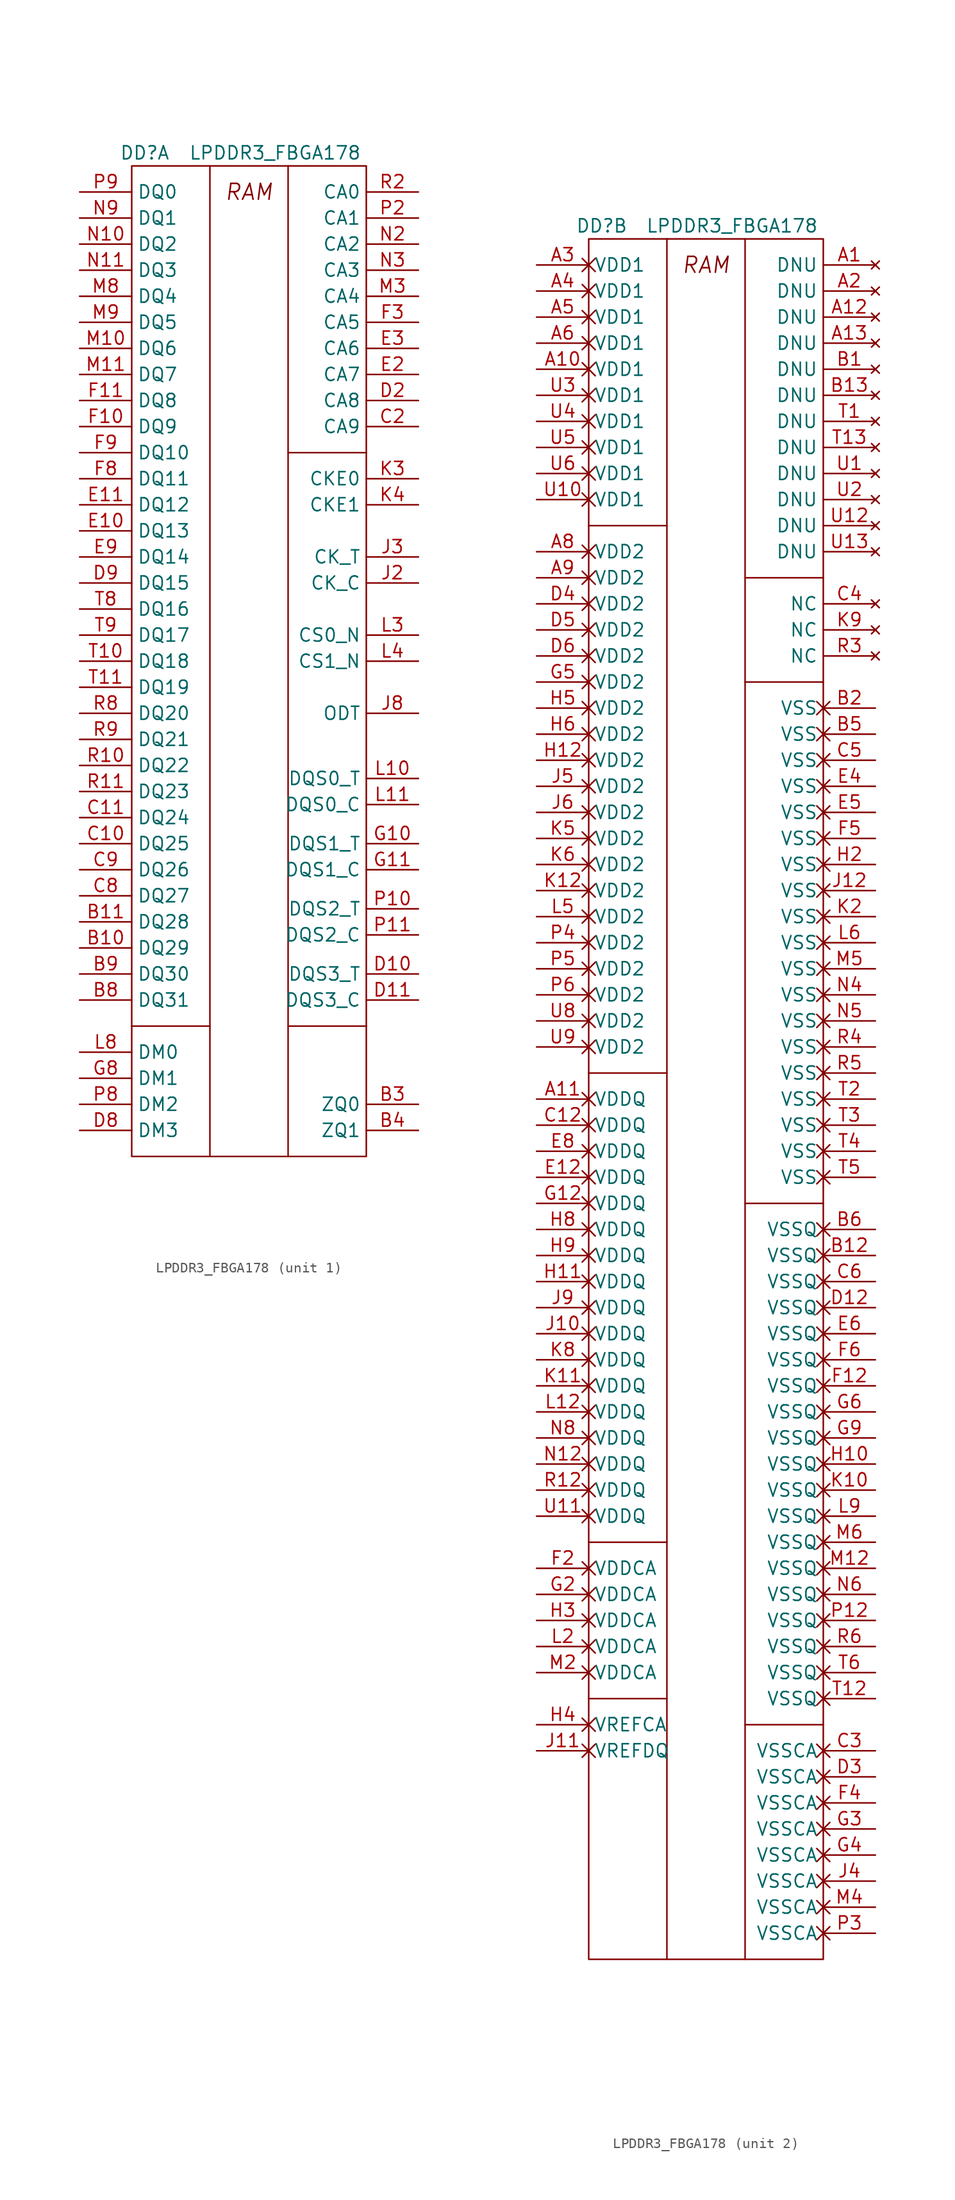
<source format=kicad_sym>
(kicad_symbol_lib
  (version 20211014)
  (generator kicad_symbol_editor)
  (symbol "LPDDR3_FBGA178"
    (property "Reference" "DD"
      (at -10.16 85.09 0)
      (effects (font (size 1.27 1.27))))
    (property "Value" "LPDDR3_FBGA178"
      (at 2.54 85.09 0)
      (effects (font (size 1.27 1.27))))
    (property "ki_locked" ""
      (at 0 0 0)
      (effects (font (size 1.27 1.27))))
    (symbol "LPDDR3_FBGA178_0_0"
      (text "RAM" (at 0 81.28 0) (effects (font (size 1.549 1.549) italic))))
    (symbol "LPDDR3_FBGA178_1_1"
      (rectangle (start -11.43 83.82) (end 11.43 -12.7) (stroke (width 0) (type default) (color 0 0 0 0)) (fill (type none)))
      (polyline (pts (xy -11.43 0) (xy -3.81 0)) (stroke (width 0) (type default) (color 0 0 0 0)) (fill (type none)))
      (polyline (pts (xy -3.81 -12.7) (xy -3.81 83.82)) (stroke (width 0) (type default) (color 0 0 0 0)) (fill (type none)))
      (polyline (pts (xy 3.81 0) (xy 11.43 0)) (stroke (width 0) (type default) (color 0 0 0 0)) (fill (type none)))
      (polyline (pts (xy 3.81 83.82) (xy 3.81 -12.7)) (stroke (width 0) (type default) (color 0 0 0 0)) (fill (type none)))
      (polyline (pts (xy 11.43 55.88) (xy 3.81 55.88)) (stroke (width 0) (type default) (color 0 0 0 0)) (fill (type none)))
      (pin passive line (at -16.51 7.62 0) (length 5.08) (name "DQ29" (effects (font (size 1.27 1.27)))) (number "B10" (effects (font (size 1.27 1.27)))))
      (pin passive line (at -16.51 10.16 0) (length 5.08) (name "DQ28" (effects (font (size 1.27 1.27)))) (number "B11" (effects (font (size 1.27 1.27)))))
      (pin passive line (at 16.51 -7.62 180) (length 5.08) (name "ZQ0" (effects (font (size 1.27 1.27)))) (number "B3" (effects (font (size 1.27 1.27)))))
      (pin passive line (at 16.51 -10.16 180) (length 5.08) (name "ZQ1" (effects (font (size 1.27 1.27)))) (number "B4" (effects (font (size 1.27 1.27)))))
      (pin passive line (at -16.51 2.54 0) (length 5.08) (name "DQ31" (effects (font (size 1.27 1.27)))) (number "B8" (effects (font (size 1.27 1.27)))))
      (pin passive line (at -16.51 5.08 0) (length 5.08) (name "DQ30" (effects (font (size 1.27 1.27)))) (number "B9" (effects (font (size 1.27 1.27)))))
      (pin passive line (at -16.51 17.78 0) (length 5.08) (name "DQ25" (effects (font (size 1.27 1.27)))) (number "C10" (effects (font (size 1.27 1.27)))))
      (pin passive line (at -16.51 20.32 0) (length 5.08) (name "DQ24" (effects (font (size 1.27 1.27)))) (number "C11" (effects (font (size 1.27 1.27)))))
      (pin passive line (at 16.51 58.42 180) (length 5.08) (name "CA9" (effects (font (size 1.27 1.27)))) (number "C2" (effects (font (size 1.27 1.27)))))
      (pin passive line (at -16.51 12.7 0) (length 5.08) (name "DQ27" (effects (font (size 1.27 1.27)))) (number "C8" (effects (font (size 1.27 1.27)))))
      (pin passive line (at -16.51 15.24 0) (length 5.08) (name "DQ26" (effects (font (size 1.27 1.27)))) (number "C9" (effects (font (size 1.27 1.27)))))
      (pin passive line (at 16.51 5.08 180) (length 5.08) (name "DQS3_T" (effects (font (size 1.27 1.27)))) (number "D10" (effects (font (size 1.27 1.27)))))
      (pin passive line (at 16.51 2.54 180) (length 5.08) (name "DQS3_C" (effects (font (size 1.27 1.27)))) (number "D11" (effects (font (size 1.27 1.27)))))
      (pin passive line (at 16.51 60.96 180) (length 5.08) (name "CA8" (effects (font (size 1.27 1.27)))) (number "D2" (effects (font (size 1.27 1.27)))))
      (pin passive line (at -16.51 -10.16 0) (length 5.08) (name "DM3" (effects (font (size 1.27 1.27)))) (number "D8" (effects (font (size 1.27 1.27)))))
      (pin passive line (at -16.51 43.18 0) (length 5.08) (name "DQ15" (effects (font (size 1.27 1.27)))) (number "D9" (effects (font (size 1.27 1.27)))))
      (pin passive line (at -16.51 48.26 0) (length 5.08) (name "DQ13" (effects (font (size 1.27 1.27)))) (number "E10" (effects (font (size 1.27 1.27)))))
      (pin passive line (at -16.51 50.8 0) (length 5.08) (name "DQ12" (effects (font (size 1.27 1.27)))) (number "E11" (effects (font (size 1.27 1.27)))))
      (pin passive line (at 16.51 63.5 180) (length 5.08) (name "CA7" (effects (font (size 1.27 1.27)))) (number "E2" (effects (font (size 1.27 1.27)))))
      (pin passive line (at 16.51 66.04 180) (length 5.08) (name "CA6" (effects (font (size 1.27 1.27)))) (number "E3" (effects (font (size 1.27 1.27)))))
      (pin passive line (at -16.51 45.72 0) (length 5.08) (name "DQ14" (effects (font (size 1.27 1.27)))) (number "E9" (effects (font (size 1.27 1.27)))))
      (pin passive line (at -16.51 58.42 0) (length 5.08) (name "DQ9" (effects (font (size 1.27 1.27)))) (number "F10" (effects (font (size 1.27 1.27)))))
      (pin passive line (at -16.51 60.96 0) (length 5.08) (name "DQ8" (effects (font (size 1.27 1.27)))) (number "F11" (effects (font (size 1.27 1.27)))))
      (pin passive line (at 16.51 68.58 180) (length 5.08) (name "CA5" (effects (font (size 1.27 1.27)))) (number "F3" (effects (font (size 1.27 1.27)))))
      (pin passive line (at -16.51 53.34 0) (length 5.08) (name "DQ11" (effects (font (size 1.27 1.27)))) (number "F8" (effects (font (size 1.27 1.27)))))
      (pin passive line (at -16.51 55.88 0) (length 5.08) (name "DQ10" (effects (font (size 1.27 1.27)))) (number "F9" (effects (font (size 1.27 1.27)))))
      (pin passive line (at 16.51 17.78 180) (length 5.08) (name "DQS1_T" (effects (font (size 1.27 1.27)))) (number "G10" (effects (font (size 1.27 1.27)))))
      (pin passive line (at 16.51 15.24 180) (length 5.08) (name "DQS1_C" (effects (font (size 1.27 1.27)))) (number "G11" (effects (font (size 1.27 1.27)))))
      (pin passive line (at -16.51 -5.08 0) (length 5.08) (name "DM1" (effects (font (size 1.27 1.27)))) (number "G8" (effects (font (size 1.27 1.27)))))
      (pin passive line (at 16.51 43.18 180) (length 5.08) (name "CK_C" (effects (font (size 1.27 1.27)))) (number "J2" (effects (font (size 1.27 1.27)))))
      (pin passive line (at 16.51 45.72 180) (length 5.08) (name "CK_T" (effects (font (size 1.27 1.27)))) (number "J3" (effects (font (size 1.27 1.27)))))
      (pin passive line (at 16.51 30.48 180) (length 5.08) (name "ODT" (effects (font (size 1.27 1.27)))) (number "J8" (effects (font (size 1.27 1.27)))))
      (pin passive line (at 16.51 53.34 180) (length 5.08) (name "CKE0" (effects (font (size 1.27 1.27)))) (number "K3" (effects (font (size 1.27 1.27)))))
      (pin passive line (at 16.51 50.8 180) (length 5.08) (name "CKE1" (effects (font (size 1.27 1.27)))) (number "K4" (effects (font (size 1.27 1.27)))))
      (pin passive line (at 16.51 24.13 180) (length 5.08) (name "DQS0_T" (effects (font (size 1.27 1.27)))) (number "L10" (effects (font (size 1.27 1.27)))))
      (pin passive line (at 16.51 21.59 180) (length 5.08) (name "DQS0_C" (effects (font (size 1.27 1.27)))) (number "L11" (effects (font (size 1.27 1.27)))))
      (pin passive line (at 16.51 38.1 180) (length 5.08) (name "CS0_N" (effects (font (size 1.27 1.27)))) (number "L3" (effects (font (size 1.27 1.27)))))
      (pin passive line (at 16.51 35.56 180) (length 5.08) (name "CS1_N" (effects (font (size 1.27 1.27)))) (number "L4" (effects (font (size 1.27 1.27)))))
      (pin passive line (at -16.51 -2.54 0) (length 5.08) (name "DM0" (effects (font (size 1.27 1.27)))) (number "L8" (effects (font (size 1.27 1.27)))))
      (pin passive line (at -16.51 66.04 0) (length 5.08) (name "DQ6" (effects (font (size 1.27 1.27)))) (number "M10" (effects (font (size 1.27 1.27)))))
      (pin passive line (at -16.51 63.5 0) (length 5.08) (name "DQ7" (effects (font (size 1.27 1.27)))) (number "M11" (effects (font (size 1.27 1.27)))))
      (pin passive line (at 16.51 71.12 180) (length 5.08) (name "CA4" (effects (font (size 1.27 1.27)))) (number "M3" (effects (font (size 1.27 1.27)))))
      (pin passive line (at -16.51 71.12 0) (length 5.08) (name "DQ4" (effects (font (size 1.27 1.27)))) (number "M8" (effects (font (size 1.27 1.27)))))
      (pin passive line (at -16.51 68.58 0) (length 5.08) (name "DQ5" (effects (font (size 1.27 1.27)))) (number "M9" (effects (font (size 1.27 1.27)))))
      (pin passive line (at -16.51 76.2 0) (length 5.08) (name "DQ2" (effects (font (size 1.27 1.27)))) (number "N10" (effects (font (size 1.27 1.27)))))
      (pin passive line (at -16.51 73.66 0) (length 5.08) (name "DQ3" (effects (font (size 1.27 1.27)))) (number "N11" (effects (font (size 1.27 1.27)))))
      (pin passive line (at 16.51 76.2 180) (length 5.08) (name "CA2" (effects (font (size 1.27 1.27)))) (number "N2" (effects (font (size 1.27 1.27)))))
      (pin passive line (at 16.51 73.66 180) (length 5.08) (name "CA3" (effects (font (size 1.27 1.27)))) (number "N3" (effects (font (size 1.27 1.27)))))
      (pin passive line (at -16.51 78.74 0) (length 5.08) (name "DQ1" (effects (font (size 1.27 1.27)))) (number "N9" (effects (font (size 1.27 1.27)))))
      (pin passive line (at 16.51 11.43 180) (length 5.08) (name "DQS2_T" (effects (font (size 1.27 1.27)))) (number "P10" (effects (font (size 1.27 1.27)))))
      (pin passive line (at 16.51 8.89 180) (length 5.08) (name "DQS2_C" (effects (font (size 1.27 1.27)))) (number "P11" (effects (font (size 1.27 1.27)))))
      (pin passive line (at 16.51 78.74 180) (length 5.08) (name "CA1" (effects (font (size 1.27 1.27)))) (number "P2" (effects (font (size 1.27 1.27)))))
      (pin passive line (at -16.51 -7.62 0) (length 5.08) (name "DM2" (effects (font (size 1.27 1.27)))) (number "P8" (effects (font (size 1.27 1.27)))))
      (pin passive line (at -16.51 81.28 0) (length 5.08) (name "DQ0" (effects (font (size 1.27 1.27)))) (number "P9" (effects (font (size 1.27 1.27)))))
      (pin passive line (at -16.51 25.4 0) (length 5.08) (name "DQ22" (effects (font (size 1.27 1.27)))) (number "R10" (effects (font (size 1.27 1.27)))))
      (pin passive line (at -16.51 22.86 0) (length 5.08) (name "DQ23" (effects (font (size 1.27 1.27)))) (number "R11" (effects (font (size 1.27 1.27)))))
      (pin passive line (at 16.51 81.28 180) (length 5.08) (name "CA0" (effects (font (size 1.27 1.27)))) (number "R2" (effects (font (size 1.27 1.27)))))
      (pin passive line (at -16.51 30.48 0) (length 5.08) (name "DQ20" (effects (font (size 1.27 1.27)))) (number "R8" (effects (font (size 1.27 1.27)))))
      (pin passive line (at -16.51 27.94 0) (length 5.08) (name "DQ21" (effects (font (size 1.27 1.27)))) (number "R9" (effects (font (size 1.27 1.27)))))
      (pin passive line (at -16.51 35.56 0) (length 5.08) (name "DQ18" (effects (font (size 1.27 1.27)))) (number "T10" (effects (font (size 1.27 1.27)))))
      (pin passive line (at -16.51 33.02 0) (length 5.08) (name "DQ19" (effects (font (size 1.27 1.27)))) (number "T11" (effects (font (size 1.27 1.27)))))
      (pin passive line (at -16.51 40.64 0) (length 5.08) (name "DQ16" (effects (font (size 1.27 1.27)))) (number "T8" (effects (font (size 1.27 1.27)))))
      (pin passive line (at -16.51 38.1 0) (length 5.08) (name "DQ17" (effects (font (size 1.27 1.27)))) (number "T9" (effects (font (size 1.27 1.27))))))
    (symbol "LPDDR3_FBGA178_2_1"
      (rectangle (start -11.43 83.82) (end 11.43 -83.82) (stroke (width 0) (type default) (color 0 0 0 0)) (fill (type none)))
      (polyline (pts (xy -11.43 -58.42) (xy -3.81 -58.42)) (stroke (width 0) (type default) (color 0 0 0 0)) (fill (type none)))
      (polyline (pts (xy -11.43 -43.18) (xy -3.81 -43.18)) (stroke (width 0) (type default) (color 0 0 0 0)) (fill (type none)))
      (polyline (pts (xy -11.43 2.54) (xy -3.81 2.54)) (stroke (width 0) (type default) (color 0 0 0 0)) (fill (type none)))
      (polyline (pts (xy -11.43 55.88) (xy -3.81 55.88)) (stroke (width 0) (type default) (color 0 0 0 0)) (fill (type none)))
      (polyline (pts (xy -3.81 -83.82) (xy -3.81 83.82)) (stroke (width 0) (type default) (color 0 0 0 0)) (fill (type none)))
      (polyline (pts (xy 3.81 83.82) (xy 3.81 -83.82)) (stroke (width 0) (type default) (color 0 0 0 0)) (fill (type none)))
      (polyline (pts (xy 11.43 -60.96) (xy 3.81 -60.96)) (stroke (width 0) (type default) (color 0 0 0 0)) (fill (type none)))
      (polyline (pts (xy 11.43 -10.16) (xy 3.81 -10.16)) (stroke (width 0) (type default) (color 0 0 0 0)) (fill (type none)))
      (polyline (pts (xy 11.43 40.64) (xy 3.81 40.64)) (stroke (width 0) (type default) (color 0 0 0 0)) (fill (type none)))
      (polyline (pts (xy 11.43 50.8) (xy 3.81 50.8)) (stroke (width 0) (type default) (color 0 0 0 0)) (fill (type none)))
      (pin no_connect line (at 16.51 81.28 180) (length 5.08) (name "DNU" (effects (font (size 1.27 1.27)))) (number "A1" (effects (font (size 1.27 1.27)))))
      (pin power_in non_logic (at -16.51 71.12 0) (length 5.08) (name "VDD1" (effects (font (size 1.27 1.27)))) (number "A10" (effects (font (size 1.27 1.27)))))
      (pin power_in non_logic (at -16.51 0 0) (length 5.08) (name "VDDQ" (effects (font (size 1.27 1.27)))) (number "A11" (effects (font (size 1.27 1.27)))))
      (pin no_connect line (at 16.51 76.2 180) (length 5.08) (name "DNU" (effects (font (size 1.27 1.27)))) (number "A12" (effects (font (size 1.27 1.27)))))
      (pin no_connect line (at 16.51 73.66 180) (length 5.08) (name "DNU" (effects (font (size 1.27 1.27)))) (number "A13" (effects (font (size 1.27 1.27)))))
      (pin no_connect line (at 16.51 78.74 180) (length 5.08) (name "DNU" (effects (font (size 1.27 1.27)))) (number "A2" (effects (font (size 1.27 1.27)))))
      (pin power_in non_logic (at -16.51 81.28 0) (length 5.08) (name "VDD1" (effects (font (size 1.27 1.27)))) (number "A3" (effects (font (size 1.27 1.27)))))
      (pin power_in non_logic (at -16.51 78.74 0) (length 5.08) (name "VDD1" (effects (font (size 1.27 1.27)))) (number "A4" (effects (font (size 1.27 1.27)))))
      (pin power_in non_logic (at -16.51 76.2 0) (length 5.08) (name "VDD1" (effects (font (size 1.27 1.27)))) (number "A5" (effects (font (size 1.27 1.27)))))
      (pin power_in non_logic (at -16.51 73.66 0) (length 5.08) (name "VDD1" (effects (font (size 1.27 1.27)))) (number "A6" (effects (font (size 1.27 1.27)))))
      (pin power_in non_logic (at -16.51 53.34 0) (length 5.08) (name "VDD2" (effects (font (size 1.27 1.27)))) (number "A8" (effects (font (size 1.27 1.27)))))
      (pin power_in non_logic (at -16.51 50.8 0) (length 5.08) (name "VDD2" (effects (font (size 1.27 1.27)))) (number "A9" (effects (font (size 1.27 1.27)))))
      (pin no_connect line (at 16.51 71.12 180) (length 5.08) (name "DNU" (effects (font (size 1.27 1.27)))) (number "B1" (effects (font (size 1.27 1.27)))))
      (pin power_in non_logic (at 16.51 -15.24 180) (length 5.08) (name "VSSQ" (effects (font (size 1.27 1.27)))) (number "B12" (effects (font (size 1.27 1.27)))))
      (pin no_connect line (at 16.51 68.58 180) (length 5.08) (name "DNU" (effects (font (size 1.27 1.27)))) (number "B13" (effects (font (size 1.27 1.27)))))
      (pin power_in non_logic (at 16.51 38.1 180) (length 5.08) (name "VSS" (effects (font (size 1.27 1.27)))) (number "B2" (effects (font (size 1.27 1.27)))))
      (pin power_in non_logic (at 16.51 35.56 180) (length 5.08) (name "VSS" (effects (font (size 1.27 1.27)))) (number "B5" (effects (font (size 1.27 1.27)))))
      (pin power_in non_logic (at 16.51 -12.7 180) (length 5.08) (name "VSSQ" (effects (font (size 1.27 1.27)))) (number "B6" (effects (font (size 1.27 1.27)))))
      (pin power_in non_logic (at -16.51 -2.54 0) (length 5.08) (name "VDDQ" (effects (font (size 1.27 1.27)))) (number "C12" (effects (font (size 1.27 1.27)))))
      (pin power_in non_logic (at 16.51 -63.5 180) (length 5.08) (name "VSSCA" (effects (font (size 1.27 1.27)))) (number "C3" (effects (font (size 1.27 1.27)))))
      (pin no_connect line (at 16.51 48.26 180) (length 5.08) (name "NC" (effects (font (size 1.27 1.27)))) (number "C4" (effects (font (size 1.27 1.27)))))
      (pin power_in non_logic (at 16.51 33.02 180) (length 5.08) (name "VSS" (effects (font (size 1.27 1.27)))) (number "C5" (effects (font (size 1.27 1.27)))))
      (pin power_in non_logic (at 16.51 -17.78 180) (length 5.08) (name "VSSQ" (effects (font (size 1.27 1.27)))) (number "C6" (effects (font (size 1.27 1.27)))))
      (pin power_in non_logic (at 16.51 -20.32 180) (length 5.08) (name "VSSQ" (effects (font (size 1.27 1.27)))) (number "D12" (effects (font (size 1.27 1.27)))))
      (pin power_in non_logic (at 16.51 -66.04 180) (length 5.08) (name "VSSCA" (effects (font (size 1.27 1.27)))) (number "D3" (effects (font (size 1.27 1.27)))))
      (pin power_in non_logic (at -16.51 48.26 0) (length 5.08) (name "VDD2" (effects (font (size 1.27 1.27)))) (number "D4" (effects (font (size 1.27 1.27)))))
      (pin power_in non_logic (at -16.51 45.72 0) (length 5.08) (name "VDD2" (effects (font (size 1.27 1.27)))) (number "D5" (effects (font (size 1.27 1.27)))))
      (pin power_in non_logic (at -16.51 43.18 0) (length 5.08) (name "VDD2" (effects (font (size 1.27 1.27)))) (number "D6" (effects (font (size 1.27 1.27)))))
      (pin power_in non_logic (at -16.51 -7.62 0) (length 5.08) (name "VDDQ" (effects (font (size 1.27 1.27)))) (number "E12" (effects (font (size 1.27 1.27)))))
      (pin power_in non_logic (at 16.51 30.48 180) (length 5.08) (name "VSS" (effects (font (size 1.27 1.27)))) (number "E4" (effects (font (size 1.27 1.27)))))
      (pin power_in non_logic (at 16.51 27.94 180) (length 5.08) (name "VSS" (effects (font (size 1.27 1.27)))) (number "E5" (effects (font (size 1.27 1.27)))))
      (pin power_in non_logic (at 16.51 -22.86 180) (length 5.08) (name "VSSQ" (effects (font (size 1.27 1.27)))) (number "E6" (effects (font (size 1.27 1.27)))))
      (pin power_in non_logic (at -16.51 -5.08 0) (length 5.08) (name "VDDQ" (effects (font (size 1.27 1.27)))) (number "E8" (effects (font (size 1.27 1.27)))))
      (pin power_in non_logic (at 16.51 -27.94 180) (length 5.08) (name "VSSQ" (effects (font (size 1.27 1.27)))) (number "F12" (effects (font (size 1.27 1.27)))))
      (pin power_in non_logic (at -16.51 -45.72 0) (length 5.08) (name "VDDCA" (effects (font (size 1.27 1.27)))) (number "F2" (effects (font (size 1.27 1.27)))))
      (pin power_in non_logic (at 16.51 -68.58 180) (length 5.08) (name "VSSCA" (effects (font (size 1.27 1.27)))) (number "F4" (effects (font (size 1.27 1.27)))))
      (pin power_in non_logic (at 16.51 25.4 180) (length 5.08) (name "VSS" (effects (font (size 1.27 1.27)))) (number "F5" (effects (font (size 1.27 1.27)))))
      (pin power_in non_logic (at 16.51 -25.4 180) (length 5.08) (name "VSSQ" (effects (font (size 1.27 1.27)))) (number "F6" (effects (font (size 1.27 1.27)))))
      (pin power_in non_logic (at -16.51 -10.16 0) (length 5.08) (name "VDDQ" (effects (font (size 1.27 1.27)))) (number "G12" (effects (font (size 1.27 1.27)))))
      (pin power_in non_logic (at -16.51 -48.26 0) (length 5.08) (name "VDDCA" (effects (font (size 1.27 1.27)))) (number "G2" (effects (font (size 1.27 1.27)))))
      (pin power_in non_logic (at 16.51 -71.12 180) (length 5.08) (name "VSSCA" (effects (font (size 1.27 1.27)))) (number "G3" (effects (font (size 1.27 1.27)))))
      (pin power_in non_logic (at 16.51 -73.66 180) (length 5.08) (name "VSSCA" (effects (font (size 1.27 1.27)))) (number "G4" (effects (font (size 1.27 1.27)))))
      (pin power_in non_logic (at -16.51 40.64 0) (length 5.08) (name "VDD2" (effects (font (size 1.27 1.27)))) (number "G5" (effects (font (size 1.27 1.27)))))
      (pin power_in non_logic (at 16.51 -30.48 180) (length 5.08) (name "VSSQ" (effects (font (size 1.27 1.27)))) (number "G6" (effects (font (size 1.27 1.27)))))
      (pin power_in non_logic (at 16.51 -33.02 180) (length 5.08) (name "VSSQ" (effects (font (size 1.27 1.27)))) (number "G9" (effects (font (size 1.27 1.27)))))
      (pin power_in non_logic (at 16.51 -35.56 180) (length 5.08) (name "VSSQ" (effects (font (size 1.27 1.27)))) (number "H10" (effects (font (size 1.27 1.27)))))
      (pin power_in non_logic (at -16.51 -17.78 0) (length 5.08) (name "VDDQ" (effects (font (size 1.27 1.27)))) (number "H11" (effects (font (size 1.27 1.27)))))
      (pin power_in non_logic (at -16.51 33.02 0) (length 5.08) (name "VDD2" (effects (font (size 1.27 1.27)))) (number "H12" (effects (font (size 1.27 1.27)))))
      (pin power_in non_logic (at 16.51 22.86 180) (length 5.08) (name "VSS" (effects (font (size 1.27 1.27)))) (number "H2" (effects (font (size 1.27 1.27)))))
      (pin power_in non_logic (at -16.51 -50.8 0) (length 5.08) (name "VDDCA" (effects (font (size 1.27 1.27)))) (number "H3" (effects (font (size 1.27 1.27)))))
      (pin power_in non_logic (at -16.51 -60.96 0) (length 5.08) (name "VREFCA" (effects (font (size 1.27 1.27)))) (number "H4" (effects (font (size 1.27 1.27)))))
      (pin power_in non_logic (at -16.51 38.1 0) (length 5.08) (name "VDD2" (effects (font (size 1.27 1.27)))) (number "H5" (effects (font (size 1.27 1.27)))))
      (pin power_in non_logic (at -16.51 35.56 0) (length 5.08) (name "VDD2" (effects (font (size 1.27 1.27)))) (number "H6" (effects (font (size 1.27 1.27)))))
      (pin power_in non_logic (at -16.51 -12.7 0) (length 5.08) (name "VDDQ" (effects (font (size 1.27 1.27)))) (number "H8" (effects (font (size 1.27 1.27)))))
      (pin power_in non_logic (at -16.51 -15.24 0) (length 5.08) (name "VDDQ" (effects (font (size 1.27 1.27)))) (number "H9" (effects (font (size 1.27 1.27)))))
      (pin power_in non_logic (at -16.51 -22.86 0) (length 5.08) (name "VDDQ" (effects (font (size 1.27 1.27)))) (number "J10" (effects (font (size 1.27 1.27)))))
      (pin power_in non_logic (at -16.51 -63.5 0) (length 5.08) (name "VREFDQ" (effects (font (size 1.27 1.27)))) (number "J11" (effects (font (size 1.27 1.27)))))
      (pin power_in non_logic (at 16.51 20.32 180) (length 5.08) (name "VSS" (effects (font (size 1.27 1.27)))) (number "J12" (effects (font (size 1.27 1.27)))))
      (pin power_in non_logic (at 16.51 -76.2 180) (length 5.08) (name "VSSCA" (effects (font (size 1.27 1.27)))) (number "J4" (effects (font (size 1.27 1.27)))))
      (pin power_in non_logic (at -16.51 30.48 0) (length 5.08) (name "VDD2" (effects (font (size 1.27 1.27)))) (number "J5" (effects (font (size 1.27 1.27)))))
      (pin power_in non_logic (at -16.51 27.94 0) (length 5.08) (name "VDD2" (effects (font (size 1.27 1.27)))) (number "J6" (effects (font (size 1.27 1.27)))))
      (pin power_in non_logic (at -16.51 -20.32 0) (length 5.08) (name "VDDQ" (effects (font (size 1.27 1.27)))) (number "J9" (effects (font (size 1.27 1.27)))))
      (pin power_in non_logic (at 16.51 -38.1 180) (length 5.08) (name "VSSQ" (effects (font (size 1.27 1.27)))) (number "K10" (effects (font (size 1.27 1.27)))))
      (pin power_in non_logic (at -16.51 -27.94 0) (length 5.08) (name "VDDQ" (effects (font (size 1.27 1.27)))) (number "K11" (effects (font (size 1.27 1.27)))))
      (pin power_in non_logic (at -16.51 20.32 0) (length 5.08) (name "VDD2" (effects (font (size 1.27 1.27)))) (number "K12" (effects (font (size 1.27 1.27)))))
      (pin power_in non_logic (at 16.51 17.78 180) (length 5.08) (name "VSS" (effects (font (size 1.27 1.27)))) (number "K2" (effects (font (size 1.27 1.27)))))
      (pin power_in non_logic (at -16.51 25.4 0) (length 5.08) (name "VDD2" (effects (font (size 1.27 1.27)))) (number "K5" (effects (font (size 1.27 1.27)))))
      (pin power_in non_logic (at -16.51 22.86 0) (length 5.08) (name "VDD2" (effects (font (size 1.27 1.27)))) (number "K6" (effects (font (size 1.27 1.27)))))
      (pin power_in non_logic (at -16.51 -25.4 0) (length 5.08) (name "VDDQ" (effects (font (size 1.27 1.27)))) (number "K8" (effects (font (size 1.27 1.27)))))
      (pin no_connect line (at 16.51 45.72 180) (length 5.08) (name "NC" (effects (font (size 1.27 1.27)))) (number "K9" (effects (font (size 1.27 1.27)))))
      (pin power_in non_logic (at -16.51 -30.48 0) (length 5.08) (name "VDDQ" (effects (font (size 1.27 1.27)))) (number "L12" (effects (font (size 1.27 1.27)))))
      (pin power_in non_logic (at -16.51 -53.34 0) (length 5.08) (name "VDDCA" (effects (font (size 1.27 1.27)))) (number "L2" (effects (font (size 1.27 1.27)))))
      (pin power_in non_logic (at -16.51 17.78 0) (length 5.08) (name "VDD2" (effects (font (size 1.27 1.27)))) (number "L5" (effects (font (size 1.27 1.27)))))
      (pin power_in non_logic (at 16.51 15.24 180) (length 5.08) (name "VSS" (effects (font (size 1.27 1.27)))) (number "L6" (effects (font (size 1.27 1.27)))))
      (pin power_in non_logic (at 16.51 -40.64 180) (length 5.08) (name "VSSQ" (effects (font (size 1.27 1.27)))) (number "L9" (effects (font (size 1.27 1.27)))))
      (pin power_in non_logic (at 16.51 -45.72 180) (length 5.08) (name "VSSQ" (effects (font (size 1.27 1.27)))) (number "M12" (effects (font (size 1.27 1.27)))))
      (pin power_in non_logic (at -16.51 -55.88 0) (length 5.08) (name "VDDCA" (effects (font (size 1.27 1.27)))) (number "M2" (effects (font (size 1.27 1.27)))))
      (pin power_in non_logic (at 16.51 -78.74 180) (length 5.08) (name "VSSCA" (effects (font (size 1.27 1.27)))) (number "M4" (effects (font (size 1.27 1.27)))))
      (pin power_in non_logic (at 16.51 12.7 180) (length 5.08) (name "VSS" (effects (font (size 1.27 1.27)))) (number "M5" (effects (font (size 1.27 1.27)))))
      (pin power_in non_logic (at 16.51 -43.18 180) (length 5.08) (name "VSSQ" (effects (font (size 1.27 1.27)))) (number "M6" (effects (font (size 1.27 1.27)))))
      (pin power_in non_logic (at -16.51 -35.56 0) (length 5.08) (name "VDDQ" (effects (font (size 1.27 1.27)))) (number "N12" (effects (font (size 1.27 1.27)))))
      (pin power_in non_logic (at 16.51 10.16 180) (length 5.08) (name "VSS" (effects (font (size 1.27 1.27)))) (number "N4" (effects (font (size 1.27 1.27)))))
      (pin power_in non_logic (at 16.51 7.62 180) (length 5.08) (name "VSS" (effects (font (size 1.27 1.27)))) (number "N5" (effects (font (size 1.27 1.27)))))
      (pin power_in non_logic (at 16.51 -48.26 180) (length 5.08) (name "VSSQ" (effects (font (size 1.27 1.27)))) (number "N6" (effects (font (size 1.27 1.27)))))
      (pin power_in non_logic (at -16.51 -33.02 0) (length 5.08) (name "VDDQ" (effects (font (size 1.27 1.27)))) (number "N8" (effects (font (size 1.27 1.27)))))
      (pin power_in non_logic (at 16.51 -50.8 180) (length 5.08) (name "VSSQ" (effects (font (size 1.27 1.27)))) (number "P12" (effects (font (size 1.27 1.27)))))
      (pin power_in non_logic (at 16.51 -81.28 180) (length 5.08) (name "VSSCA" (effects (font (size 1.27 1.27)))) (number "P3" (effects (font (size 1.27 1.27)))))
      (pin power_in non_logic (at -16.51 15.24 0) (length 5.08) (name "VDD2" (effects (font (size 1.27 1.27)))) (number "P4" (effects (font (size 1.27 1.27)))))
      (pin power_in non_logic (at -16.51 12.7 0) (length 5.08) (name "VDD2" (effects (font (size 1.27 1.27)))) (number "P5" (effects (font (size 1.27 1.27)))))
      (pin power_in non_logic (at -16.51 10.16 0) (length 5.08) (name "VDD2" (effects (font (size 1.27 1.27)))) (number "P6" (effects (font (size 1.27 1.27)))))
      (pin power_in non_logic (at -16.51 -38.1 0) (length 5.08) (name "VDDQ" (effects (font (size 1.27 1.27)))) (number "R12" (effects (font (size 1.27 1.27)))))
      (pin no_connect line (at 16.51 43.18 180) (length 5.08) (name "NC" (effects (font (size 1.27 1.27)))) (number "R3" (effects (font (size 1.27 1.27)))))
      (pin power_in non_logic (at 16.51 5.08 180) (length 5.08) (name "VSS" (effects (font (size 1.27 1.27)))) (number "R4" (effects (font (size 1.27 1.27)))))
      (pin power_in non_logic (at 16.51 2.54 180) (length 5.08) (name "VSS" (effects (font (size 1.27 1.27)))) (number "R5" (effects (font (size 1.27 1.27)))))
      (pin power_in non_logic (at 16.51 -53.34 180) (length 5.08) (name "VSSQ" (effects (font (size 1.27 1.27)))) (number "R6" (effects (font (size 1.27 1.27)))))
      (pin no_connect line (at 16.51 66.04 180) (length 5.08) (name "DNU" (effects (font (size 1.27 1.27)))) (number "T1" (effects (font (size 1.27 1.27)))))
      (pin power_in non_logic (at 16.51 -58.42 180) (length 5.08) (name "VSSQ" (effects (font (size 1.27 1.27)))) (number "T12" (effects (font (size 1.27 1.27)))))
      (pin no_connect line (at 16.51 63.5 180) (length 5.08) (name "DNU" (effects (font (size 1.27 1.27)))) (number "T13" (effects (font (size 1.27 1.27)))))
      (pin power_in non_logic (at 16.51 0 180) (length 5.08) (name "VSS" (effects (font (size 1.27 1.27)))) (number "T2" (effects (font (size 1.27 1.27)))))
      (pin power_in non_logic (at 16.51 -2.54 180) (length 5.08) (name "VSS" (effects (font (size 1.27 1.27)))) (number "T3" (effects (font (size 1.27 1.27)))))
      (pin power_in non_logic (at 16.51 -5.08 180) (length 5.08) (name "VSS" (effects (font (size 1.27 1.27)))) (number "T4" (effects (font (size 1.27 1.27)))))
      (pin power_in non_logic (at 16.51 -7.62 180) (length 5.08) (name "VSS" (effects (font (size 1.27 1.27)))) (number "T5" (effects (font (size 1.27 1.27)))))
      (pin power_in non_logic (at 16.51 -55.88 180) (length 5.08) (name "VSSQ" (effects (font (size 1.27 1.27)))) (number "T6" (effects (font (size 1.27 1.27)))))
      (pin no_connect line (at 16.51 60.96 180) (length 5.08) (name "DNU" (effects (font (size 1.27 1.27)))) (number "U1" (effects (font (size 1.27 1.27)))))
      (pin power_in non_logic (at -16.51 58.42 0) (length 5.08) (name "VDD1" (effects (font (size 1.27 1.27)))) (number "U10" (effects (font (size 1.27 1.27)))))
      (pin power_in non_logic (at -16.51 -40.64 0) (length 5.08) (name "VDDQ" (effects (font (size 1.27 1.27)))) (number "U11" (effects (font (size 1.27 1.27)))))
      (pin no_connect line (at 16.51 55.88 180) (length 5.08) (name "DNU" (effects (font (size 1.27 1.27)))) (number "U12" (effects (font (size 1.27 1.27)))))
      (pin no_connect line (at 16.51 53.34 180) (length 5.08) (name "DNU" (effects (font (size 1.27 1.27)))) (number "U13" (effects (font (size 1.27 1.27)))))
      (pin no_connect line (at 16.51 58.42 180) (length 5.08) (name "DNU" (effects (font (size 1.27 1.27)))) (number "U2" (effects (font (size 1.27 1.27)))))
      (pin power_in non_logic (at -16.51 68.58 0) (length 5.08) (name "VDD1" (effects (font (size 1.27 1.27)))) (number "U3" (effects (font (size 1.27 1.27)))))
      (pin power_in non_logic (at -16.51 66.04 0) (length 5.08) (name "VDD1" (effects (font (size 1.27 1.27)))) (number "U4" (effects (font (size 1.27 1.27)))))
      (pin power_in non_logic (at -16.51 63.5 0) (length 5.08) (name "VDD1" (effects (font (size 1.27 1.27)))) (number "U5" (effects (font (size 1.27 1.27)))))
      (pin power_in non_logic (at -16.51 60.96 0) (length 5.08) (name "VDD1" (effects (font (size 1.27 1.27)))) (number "U6" (effects (font (size 1.27 1.27)))))
      (pin power_in non_logic (at -16.51 7.62 0) (length 5.08) (name "VDD2" (effects (font (size 1.27 1.27)))) (number "U8" (effects (font (size 1.27 1.27)))))
      (pin power_in non_logic (at -16.51 5.08 0) (length 5.08) (name "VDD2" (effects (font (size 1.27 1.27)))) (number "U9" (effects (font (size 1.27 1.27))))))))
</source>
